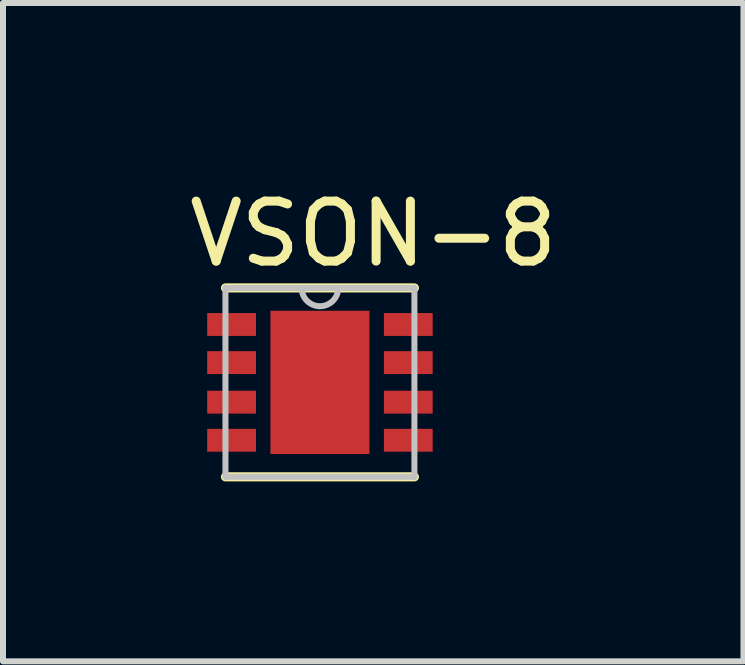
<source format=kicad_pcb>
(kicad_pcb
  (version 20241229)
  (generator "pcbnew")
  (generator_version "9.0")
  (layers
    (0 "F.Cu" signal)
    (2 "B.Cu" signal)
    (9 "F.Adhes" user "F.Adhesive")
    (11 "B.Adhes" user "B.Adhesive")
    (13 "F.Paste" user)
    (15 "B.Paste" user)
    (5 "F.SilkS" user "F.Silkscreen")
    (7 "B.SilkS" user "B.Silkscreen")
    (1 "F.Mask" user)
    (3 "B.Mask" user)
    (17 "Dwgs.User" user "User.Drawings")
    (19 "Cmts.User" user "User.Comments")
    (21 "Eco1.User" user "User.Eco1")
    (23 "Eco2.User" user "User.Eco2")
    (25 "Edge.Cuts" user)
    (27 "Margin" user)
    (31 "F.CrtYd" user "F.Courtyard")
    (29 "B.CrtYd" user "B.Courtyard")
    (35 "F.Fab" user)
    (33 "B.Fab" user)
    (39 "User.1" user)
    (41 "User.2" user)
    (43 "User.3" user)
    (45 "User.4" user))
  (footprint "VSON-8"
    (layer "F.Cu")
    (at 2.284 3.325)
    (property "Reference" "VSON-8" (at 0.889 -2.477 0) (layer "F.SilkS") (effects (font (size 1 1) (thickness 0.15))))
    (attr smd)
    (fp_line (start -1.575 1.575) (end 1.575 1.575) (stroke (width 0.152) (type solid)) (layer "F.SilkS"))
    (fp_line (start 1.575 -1.575) (end -1.575 -1.575) (stroke (width 0.152) (type solid)) (layer "F.SilkS"))
    (fp_line (start -1.575 -1.575) (end -1.575 1.575) (stroke (width 0.1) (type solid)) (layer "Dwgs.User"))
    (fp_line (start -1.575 1.575) (end 1.575 1.575) (stroke (width 0.1) (type solid)) (layer "Dwgs.User"))
    (fp_line (start -0.305 -1.575) (end -1.575 -1.575) (stroke (width 0.1) (type solid)) (layer "Dwgs.User"))
    (fp_line (start 0.305 -1.575) (end -0.305 -1.575) (stroke (width 0.1) (type solid)) (layer "Dwgs.User"))
    (fp_line (start 1.575 -1.575) (end 0.305 -1.575) (stroke (width 0.1) (type solid)) (layer "Dwgs.User"))
    (fp_line (start 1.575 1.575) (end 1.575 -1.575) (stroke (width 0.1) (type solid)) (layer "Dwgs.User"))
    (fp_arc (start 0.3048 -1.5748) (mid 0 -1.27) (end -0.3048 -1.5748) (stroke (width 0.1) (type solid)) (layer "Dwgs.User"))
    (pad "1" smd rect (at -1.473 -0.965) (size 0.813 0.381) (layers "F.Cu" "F.Mask" "F.Paste"))
    (pad "2" smd rect (at -1.473 -0.33) (size 0.813 0.381) (layers "F.Cu" "F.Mask" "F.Paste"))
    (pad "3" smd rect (at -1.473 0.33) (size 0.813 0.381) (layers "F.Cu" "F.Mask" "F.Paste"))
    (pad "4" smd rect (at -1.473 0.965) (size 0.813 0.381) (layers "F.Cu" "F.Mask" "F.Paste"))
    (pad "5" smd rect (at 1.473 0.965) (size 0.813 0.381) (layers "F.Cu" "F.Mask" "F.Paste"))
    (pad "6" smd rect (at 1.473 0.33) (size 0.813 0.381) (layers "F.Cu" "F.Mask" "F.Paste"))
    (pad "7" smd rect (at 1.473 -0.33) (size 0.813 0.381) (layers "F.Cu" "F.Mask" "F.Paste"))
    (pad "8" smd rect (at 1.473 -0.965) (size 0.813 0.381) (layers "F.Cu" "F.Mask" "F.Paste"))
    (pad "9" smd rect (at 0 0) (size 1.651 2.388) (layers "F.Cu" "F.Mask" "F.Paste")))
  (gr_rect
    (start -3 -3)
    (end 9.345 7.976)
    (stroke (width 0.1) (type default))
    (fill no)
    (layer "Edge.Cuts")))
</source>
